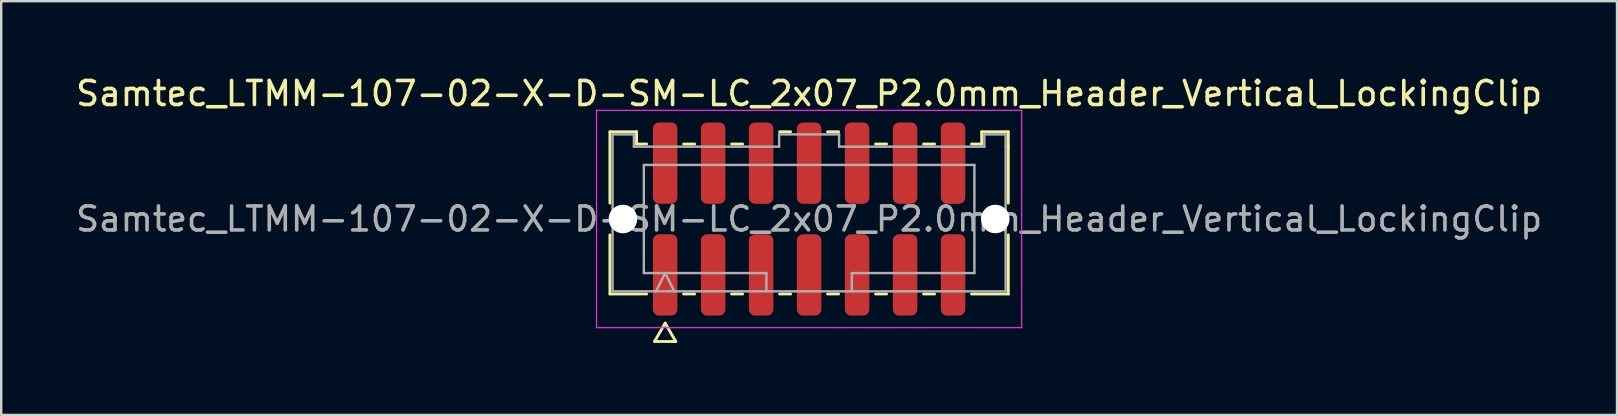
<source format=kicad_pcb>
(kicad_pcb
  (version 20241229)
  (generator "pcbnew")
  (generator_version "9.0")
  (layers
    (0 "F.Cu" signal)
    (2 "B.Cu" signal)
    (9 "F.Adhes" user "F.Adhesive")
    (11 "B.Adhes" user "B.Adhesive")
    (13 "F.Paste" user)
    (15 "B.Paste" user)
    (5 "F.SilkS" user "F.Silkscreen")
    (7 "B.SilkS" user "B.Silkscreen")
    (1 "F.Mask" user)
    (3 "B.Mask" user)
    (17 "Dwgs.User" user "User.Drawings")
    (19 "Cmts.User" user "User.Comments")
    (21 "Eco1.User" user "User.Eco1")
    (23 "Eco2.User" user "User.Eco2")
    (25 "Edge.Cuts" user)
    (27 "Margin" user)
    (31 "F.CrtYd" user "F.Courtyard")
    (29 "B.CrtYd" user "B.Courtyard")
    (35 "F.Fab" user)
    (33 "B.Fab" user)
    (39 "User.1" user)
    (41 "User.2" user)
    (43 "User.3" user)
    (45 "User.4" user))
  (footprint "Samtec_LTMM-107-02-X-D-SM-LC_2x07_P2.0mm_Header_Vertical_LockingClip"
    (layer "F.Cu")
    (at 30.673 6.078)
    (property "Reference" "Samtec_LTMM-107-02-X-D-SM-LC_2x07_P2.0mm_Header_Vertical_LockingClip" (at 0 -5.23 0) (layer "F.SilkS") (effects (font (size 1 1) (thickness 0.15))))
    (attr smd)
    (fp_line (start -8.302 -3.635) (end -7.192 -3.635) (stroke (width 0.12) (type solid)) (layer "F.SilkS"))
    (fp_line (start -8.302 -0.662) (end -8.302 -3.635) (stroke (width 0.12) (type solid)) (layer "F.SilkS"))
    (fp_line (start -8.302 3.125) (end -8.302 0.662) (stroke (width 0.12) (type solid)) (layer "F.SilkS"))
    (fp_line (start -7.192 -3.635) (end -7.192 -3.125) (stroke (width 0.12) (type solid)) (layer "F.SilkS"))
    (fp_line (start -7.192 -3.125) (end -6.77 -3.125) (stroke (width 0.12) (type solid)) (layer "F.SilkS"))
    (fp_line (start -6.77 3.125) (end -8.302 3.125) (stroke (width 0.12) (type solid)) (layer "F.SilkS"))
    (fp_line (start -6.442 5.105) (end -6 4.34) (stroke (width 0.12) (type solid)) (layer "F.SilkS"))
    (fp_line (start -6 4.34) (end -5.558 5.105) (stroke (width 0.12) (type solid)) (layer "F.SilkS"))
    (fp_line (start -5.558 5.105) (end -6.442 5.105) (stroke (width 0.12) (type solid)) (layer "F.SilkS"))
    (fp_line (start -5.23 -3.125) (end -4.77 -3.125) (stroke (width 0.12) (type solid)) (layer "F.SilkS"))
    (fp_line (start -4.77 3.125) (end -5.23 3.125) (stroke (width 0.12) (type solid)) (layer "F.SilkS"))
    (fp_line (start -3.23 -3.125) (end -2.77 -3.125) (stroke (width 0.12) (type solid)) (layer "F.SilkS"))
    (fp_line (start -2.77 3.125) (end -3.23 3.125) (stroke (width 0.12) (type solid)) (layer "F.SilkS"))
    (fp_line (start -1.23 -3.635) (end -0.77 -3.635) (stroke (width 0.12) (type solid)) (layer "F.SilkS"))
    (fp_line (start -0.77 3.125) (end -1.23 3.125) (stroke (width 0.12) (type solid)) (layer "F.SilkS"))
    (fp_line (start 0.77 -3.635) (end 1.23 -3.635) (stroke (width 0.12) (type solid)) (layer "F.SilkS"))
    (fp_line (start 1.23 3.125) (end 0.77 3.125) (stroke (width 0.12) (type solid)) (layer "F.SilkS"))
    (fp_line (start 2.77 -3.125) (end 3.23 -3.125) (stroke (width 0.12) (type solid)) (layer "F.SilkS"))
    (fp_line (start 3.23 3.125) (end 2.77 3.125) (stroke (width 0.12) (type solid)) (layer "F.SilkS"))
    (fp_line (start 4.77 -3.125) (end 5.23 -3.125) (stroke (width 0.12) (type solid)) (layer "F.SilkS"))
    (fp_line (start 5.23 3.125) (end 4.77 3.125) (stroke (width 0.12) (type solid)) (layer "F.SilkS"))
    (fp_line (start 6.77 -3.125) (end 7.192 -3.125) (stroke (width 0.12) (type solid)) (layer "F.SilkS"))
    (fp_line (start 7.192 -3.635) (end 8.302 -3.635) (stroke (width 0.12) (type solid)) (layer "F.SilkS"))
    (fp_line (start 7.192 -3.125) (end 7.192 -3.635) (stroke (width 0.12) (type solid)) (layer "F.SilkS"))
    (fp_line (start 8.302 -3.635) (end 8.302 -3.015) (stroke (width 0.12) (type solid)) (layer "F.SilkS"))
    (fp_line (start 8.302 -3.015) (end 8.302 -0.662) (stroke (width 0.12) (type solid)) (layer "F.SilkS"))
    (fp_line (start 8.302 0.662) (end 8.302 3.125) (stroke (width 0.12) (type solid)) (layer "F.SilkS"))
    (fp_line (start 8.302 3.125) (end 6.77 3.125) (stroke (width 0.12) (type solid)) (layer "F.SilkS"))
    (fp_line (start -8.86 -4.53) (end -8.86 4.53) (stroke (width 0.05) (type solid)) (layer "F.CrtYd"))
    (fp_line (start -8.86 4.53) (end 8.86 4.53) (stroke (width 0.05) (type solid)) (layer "F.CrtYd"))
    (fp_line (start 8.86 -4.53) (end -8.86 -4.53) (stroke (width 0.05) (type solid)) (layer "F.CrtYd"))
    (fp_line (start 8.86 4.53) (end 8.86 -4.53) (stroke (width 0.05) (type solid)) (layer "F.CrtYd"))
    (fp_line (start -8.191 -3.525) (end -7.303 -3.525) (stroke (width 0.1) (type solid)) (layer "F.Fab"))
    (fp_line (start -8.191 3.015) (end -8.191 -3.525) (stroke (width 0.1) (type solid)) (layer "F.Fab"))
    (fp_line (start -7.303 -3.525) (end -7.303 -3.015) (stroke (width 0.1) (type solid)) (layer "F.Fab"))
    (fp_line (start -7.303 -3.015) (end -1.25 -3.015) (stroke (width 0.1) (type solid)) (layer "F.Fab"))
    (fp_line (start -6.889 -2.253) (end 6.889 -2.253) (stroke (width 0.1) (type solid)) (layer "F.Fab"))
    (fp_line (start -6.889 2.253) (end -6.889 -2.253) (stroke (width 0.1) (type solid)) (layer "F.Fab"))
    (fp_line (start -6.381 3.015) (end -6 2.253) (stroke (width 0.1) (type solid)) (layer "F.Fab"))
    (fp_line (start -6 2.253) (end -5.619 3.015) (stroke (width 0.1) (type solid)) (layer "F.Fab"))
    (fp_line (start -1.78 2.253) (end -6.889 2.253) (stroke (width 0.1) (type solid)) (layer "F.Fab"))
    (fp_line (start -1.78 3.015) (end -1.78 2.253) (stroke (width 0.1) (type solid)) (layer "F.Fab"))
    (fp_line (start -1.25 -3.525) (end 1.25 -3.525) (stroke (width 0.1) (type solid)) (layer "F.Fab"))
    (fp_line (start -1.25 -3.015) (end -1.25 -3.525) (stroke (width 0.1) (type solid)) (layer "F.Fab"))
    (fp_line (start 1.25 -3.525) (end 1.25 -3.015) (stroke (width 0.1) (type solid)) (layer "F.Fab"))
    (fp_line (start 1.25 -3.015) (end 7.303 -3.015) (stroke (width 0.1) (type solid)) (layer "F.Fab"))
    (fp_line (start 1.78 2.253) (end 1.78 3.015) (stroke (width 0.1) (type solid)) (layer "F.Fab"))
    (fp_line (start 6.889 -2.253) (end 6.889 2.253) (stroke (width 0.1) (type solid)) (layer "F.Fab"))
    (fp_line (start 6.889 2.253) (end 1.78 2.253) (stroke (width 0.1) (type solid)) (layer "F.Fab"))
    (fp_line (start 7.303 -3.525) (end 8.191 -3.525) (stroke (width 0.1) (type solid)) (layer "F.Fab"))
    (fp_line (start 7.303 -3.015) (end 7.303 -3.525) (stroke (width 0.1) (type solid)) (layer "F.Fab"))
    (fp_line (start 8.191 -3.525) (end 8.191 -3.015) (stroke (width 0.1) (type solid)) (layer "F.Fab"))
    (fp_line (start 8.191 -3.015) (end 8.191 3.015) (stroke (width 0.1) (type solid)) (layer "F.Fab"))
    (fp_line (start 8.191 3.015) (end -8.191 3.015) (stroke (width 0.1) (type solid)) (layer "F.Fab"))
    (fp_text user "${REFERENCE}" (at 0 0 0) (layer "F.Fab") (effects (font (size 1 1) (thickness 0.15))))
    (pad "" np_thru_hole circle (at -7.76 0) (size 1.19 1.19) (drill 1.19) (layers "*.Cu" "*.Mask"))
    (pad "" np_thru_hole circle (at 7.76 0) (size 1.19 1.19) (drill 1.19) (layers "*.Cu" "*.Mask"))
    (pad "1" smd roundrect (at -6 2.33) (size 1.02 3.39) (layers "F.Cu" "F.Mask" "F.Paste") (roundrect_rratio 0.25))
    (pad "2" smd roundrect (at -6 -2.33) (size 1.02 3.39) (layers "F.Cu" "F.Mask" "F.Paste") (roundrect_rratio 0.25))
    (pad "3" smd roundrect (at -4 2.33) (size 1.02 3.39) (layers "F.Cu" "F.Mask" "F.Paste") (roundrect_rratio 0.25))
    (pad "4" smd roundrect (at -4 -2.33) (size 1.02 3.39) (layers "F.Cu" "F.Mask" "F.Paste") (roundrect_rratio 0.25))
    (pad "5" smd roundrect (at -2 2.33) (size 1.02 3.39) (layers "F.Cu" "F.Mask" "F.Paste") (roundrect_rratio 0.25))
    (pad "6" smd roundrect (at -2 -2.33) (size 1.02 3.39) (layers "F.Cu" "F.Mask" "F.Paste") (roundrect_rratio 0.25))
    (pad "7" smd roundrect (at 0 2.33) (size 1.02 3.39) (layers "F.Cu" "F.Mask" "F.Paste") (roundrect_rratio 0.25))
    (pad "8" smd roundrect (at 0 -2.33) (size 1.02 3.39) (layers "F.Cu" "F.Mask" "F.Paste") (roundrect_rratio 0.25))
    (pad "9" smd roundrect (at 2 2.33) (size 1.02 3.39) (layers "F.Cu" "F.Mask" "F.Paste") (roundrect_rratio 0.25))
    (pad "10" smd roundrect (at 2 -2.33) (size 1.02 3.39) (layers "F.Cu" "F.Mask" "F.Paste") (roundrect_rratio 0.25))
    (pad "11" smd roundrect (at 4 2.33) (size 1.02 3.39) (layers "F.Cu" "F.Mask" "F.Paste") (roundrect_rratio 0.25))
    (pad "12" smd roundrect (at 4 -2.33) (size 1.02 3.39) (layers "F.Cu" "F.Mask" "F.Paste") (roundrect_rratio 0.25))
    (pad "13" smd roundrect (at 6 2.33) (size 1.02 3.39) (layers "F.Cu" "F.Mask" "F.Paste") (roundrect_rratio 0.25))
    (pad "14" smd roundrect (at 6 -2.33) (size 1.02 3.39) (layers "F.Cu" "F.Mask" "F.Paste") (roundrect_rratio 0.25)))
  (gr_rect
    (start -3 -3)
    (end 64.345 14.243)
    (stroke (width 0.1) (type default))
    (fill no)
    (layer "Edge.Cuts")))
</source>
